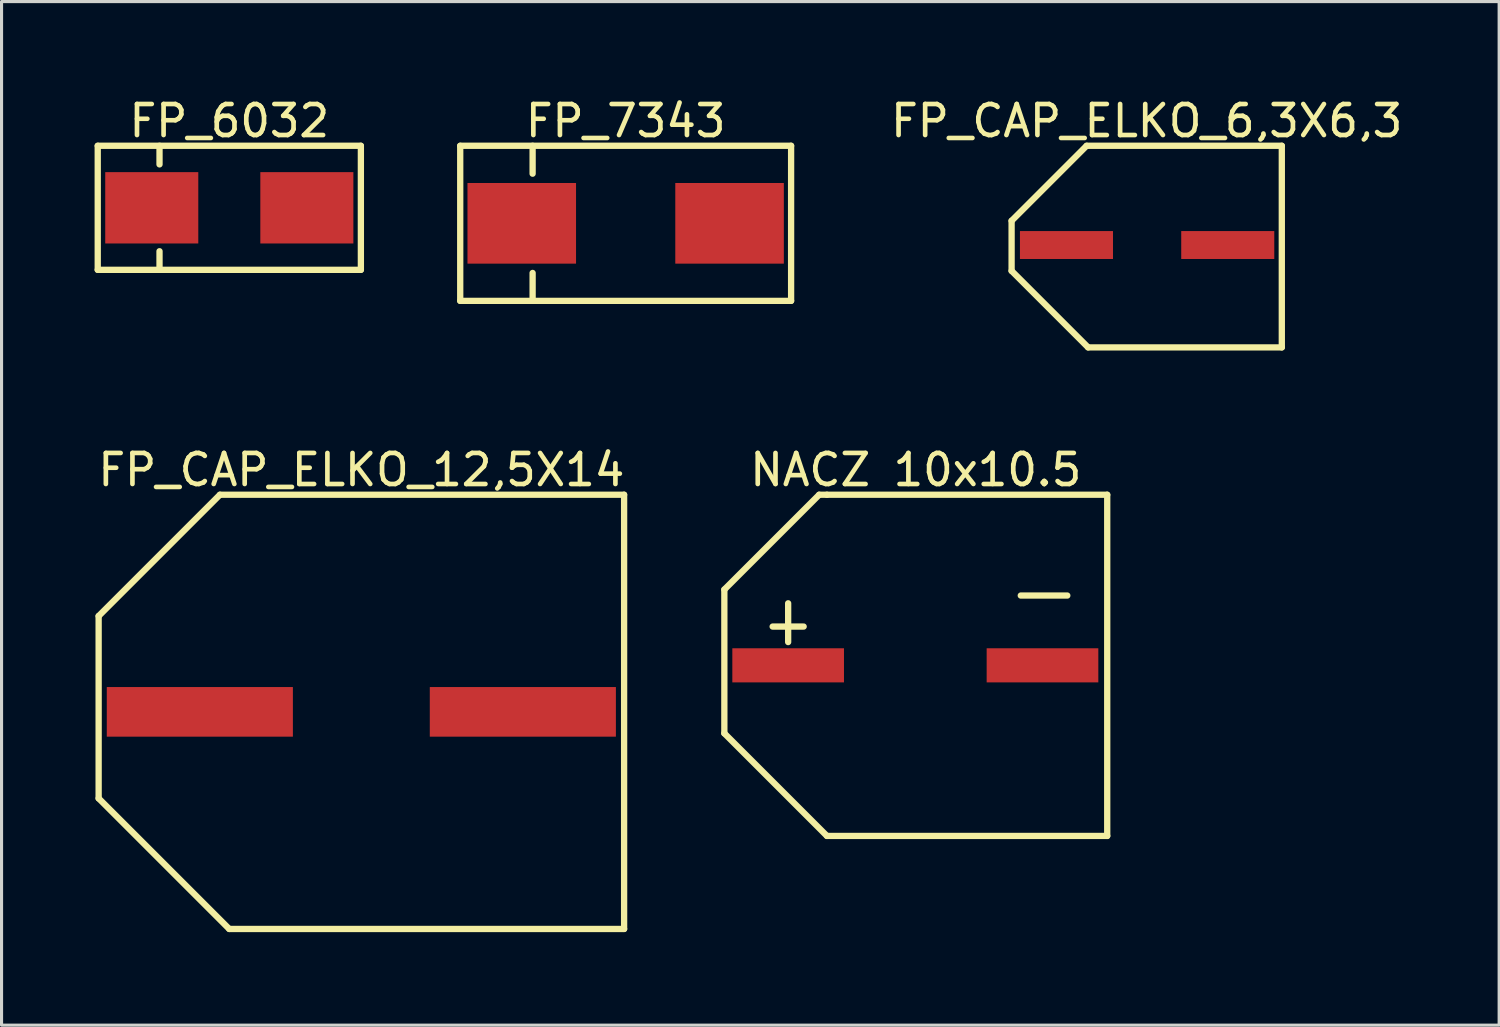
<source format=kicad_pcb>
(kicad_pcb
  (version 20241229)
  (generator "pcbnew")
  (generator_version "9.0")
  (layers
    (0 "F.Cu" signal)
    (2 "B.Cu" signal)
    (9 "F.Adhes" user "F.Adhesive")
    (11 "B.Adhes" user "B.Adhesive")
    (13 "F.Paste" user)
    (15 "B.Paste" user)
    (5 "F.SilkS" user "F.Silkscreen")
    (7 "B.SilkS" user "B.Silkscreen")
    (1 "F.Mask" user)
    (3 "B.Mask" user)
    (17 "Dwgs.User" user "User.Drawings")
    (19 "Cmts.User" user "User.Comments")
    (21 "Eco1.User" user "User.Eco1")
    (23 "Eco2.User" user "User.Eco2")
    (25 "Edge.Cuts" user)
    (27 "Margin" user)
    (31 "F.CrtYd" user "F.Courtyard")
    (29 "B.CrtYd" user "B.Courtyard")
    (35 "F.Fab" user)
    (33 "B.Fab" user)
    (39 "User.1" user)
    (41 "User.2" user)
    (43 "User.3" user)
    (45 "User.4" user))
  (footprint "FP_7343"
    (layer "F.Cu")
    (at 17.122 4.15)
    (property "Reference" "FP_7343" (at 0 -3.302 0) (layer "F.SilkS") (effects (font (size 1 1) (thickness 0.15))))
    (fp_line (start -5.334 -2.5) (end 5.334 -2.5) (stroke (width 0.203) (type solid)) (layer "F.SilkS"))
    (fp_line (start -5.334 2.5) (end -5.334 -2.5) (stroke (width 0.203) (type solid)) (layer "F.SilkS"))
    (fp_line (start -5.334 2.5) (end 5.334 2.5) (stroke (width 0.203) (type solid)) (layer "F.SilkS"))
    (fp_line (start -3 -1.6) (end -3 -2.5) (stroke (width 0.203) (type solid)) (layer "F.SilkS"))
    (fp_line (start -3 2.5) (end -3 1.6) (stroke (width 0.203) (type solid)) (layer "F.SilkS"))
    (fp_line (start 5.334 2.5) (end 5.334 -2.5) (stroke (width 0.203) (type solid)) (layer "F.SilkS"))
    (pad "N" smd rect (at 3.35 0) (size 3.5 2.6) (layers "F.Cu" "F.Mask" "F.Paste"))
    (pad "P" smd rect (at -3.35 0) (size 3.5 2.6) (layers "F.Cu" "F.Mask" "F.Paste")))
  (footprint "FP_CAP_ELKO_12,5X14"
    (layer "F.Cu")
    (at 8.741 19.901)
    (property "Reference" "FP_CAP_ELKO_12,5X14" (at -0.14 -7.802 0) (layer "F.SilkS") (effects (font (size 1 1) (thickness 0.15))))
    (fp_line (start -8.611 -3.089) (end -4.7 -7) (stroke (width 0.203) (type solid)) (layer "F.SilkS"))
    (fp_line (start -8.611 2.789) (end -8.611 -3.089) (stroke (width 0.203) (type solid)) (layer "F.SilkS"))
    (fp_line (start -8.611 2.789) (end -4.4 7) (stroke (width 0.203) (type solid)) (layer "F.SilkS"))
    (fp_line (start -4.7 -7) (end 8.331 -7) (stroke (width 0.203) (type solid)) (layer "F.SilkS"))
    (fp_line (start -4.4 7) (end 8.331 7) (stroke (width 0.203) (type solid)) (layer "F.SilkS"))
    (fp_line (start 8.331 7) (end 8.331 -7) (stroke (width 0.203) (type solid)) (layer "F.SilkS"))
    (pad "N" smd rect (at 5.066 0) (size 6 1.6) (layers "F.Cu" "F.Mask" "F.Paste"))
    (pad "P" smd rect (at -5.348 0) (size 6 1.6) (layers "F.Cu" "F.Mask" "F.Paste")))
  (footprint "FP_6032"
    (layer "F.Cu")
    (at 4.343 3.65)
    (property "Reference" "FP_6032" (at 0 -2.802 0) (layer "F.SilkS") (effects (font (size 1 1) (thickness 0.15))))
    (fp_line (start -4.242 -2) (end 4.242 -2) (stroke (width 0.203) (type solid)) (layer "F.SilkS"))
    (fp_line (start -4.242 2) (end -4.242 -2) (stroke (width 0.203) (type solid)) (layer "F.SilkS"))
    (fp_line (start -4.242 2) (end 4.242 2) (stroke (width 0.203) (type solid)) (layer "F.SilkS"))
    (fp_line (start -2.25 -1.4) (end -2.25 -2) (stroke (width 0.203) (type solid)) (layer "F.SilkS"))
    (fp_line (start -2.25 2) (end -2.25 1.4) (stroke (width 0.203) (type solid)) (layer "F.SilkS"))
    (fp_line (start 4.242 2) (end 4.242 -2) (stroke (width 0.203) (type solid)) (layer "F.SilkS"))
    (pad "N" smd rect (at 2.5 0) (size 3 2.3) (layers "F.Cu" "F.Mask" "F.Paste"))
    (pad "P" smd rect (at -2.5 0) (size 3 2.3) (layers "F.Cu" "F.Mask" "F.Paste")))
  (footprint "FP_CAP_ELKO_6,3X6,3"
    (layer "F.Cu")
    (at 33.934 4.85)
    (property "Reference" "FP_CAP_ELKO_6,3X6,3" (at -0.013 -4.002 0) (layer "F.SilkS") (effects (font (size 1 1) (thickness 0.15))))
    (fp_line (start -4.369 -0.781) (end -1.95 -3.2) (stroke (width 0.203) (type solid)) (layer "F.SilkS"))
    (fp_line (start -4.369 0.833) (end -4.369 -0.781) (stroke (width 0.203) (type solid)) (layer "F.SilkS"))
    (fp_line (start -4.369 0.833) (end -1.902 3.3) (stroke (width 0.203) (type solid)) (layer "F.SilkS"))
    (fp_line (start -1.95 -3.2) (end 4.343 -3.2) (stroke (width 0.203) (type solid)) (layer "F.SilkS"))
    (fp_line (start -1.902 3.3) (end 4.343 3.3) (stroke (width 0.203) (type solid)) (layer "F.SilkS"))
    (fp_line (start 4.343 3.3) (end 4.343 -3.2) (stroke (width 0.203) (type solid)) (layer "F.SilkS"))
    (pad "N" smd rect (at 2.6 0) (size 3 0.9) (layers "F.Cu" "F.Mask" "F.Paste"))
    (pad "P" smd rect (at -2.6 0) (size 3 0.9) (layers "F.Cu" "F.Mask" "F.Paste")))
  (footprint "NACZ 10x10.5"
    (layer "F.Cu")
    (at 22.361 18.401)
    (property "Reference" "NACZ 10x10.5" (at 4.115 -6.302 0) (layer "F.SilkS") (effects (font (size 1 1) (thickness 0.15))))
    (fp_line (start -2.057 -2.443) (end 1 -5.5) (stroke (width 0.203) (type solid)) (layer "F.SilkS"))
    (fp_line (start -2.057 2.193) (end -2.057 -2.443) (stroke (width 0.203) (type solid)) (layer "F.SilkS"))
    (fp_line (start -2.057 2.193) (end 1.25 5.5) (stroke (width 0.203) (type solid)) (layer "F.SilkS"))
    (fp_line (start -0.5 -1.25) (end 0.5 -1.25) (stroke (width 0.203) (type solid)) (layer "F.SilkS"))
    (fp_line (start 0 -0.75) (end 0 -2) (stroke (width 0.203) (type solid)) (layer "F.SilkS"))
    (fp_line (start 1 -5.5) (end 1.25 -5.5) (stroke (width 0.203) (type solid)) (layer "F.SilkS"))
    (fp_line (start 1.25 -5.5) (end 10.287 -5.5) (stroke (width 0.203) (type solid)) (layer "F.SilkS"))
    (fp_line (start 1.25 5.5) (end 10.287 5.5) (stroke (width 0.203) (type solid)) (layer "F.SilkS"))
    (fp_line (start 7.5 -2.25) (end 9 -2.25) (stroke (width 0.203) (type solid)) (layer "F.SilkS"))
    (fp_line (start 10.287 5.5) (end 10.287 -5.5) (stroke (width 0.203) (type solid)) (layer "F.SilkS"))
    (pad "N" smd rect (at 8.2 0) (size 3.6 1.1) (layers "F.Cu" "F.Mask" "F.Paste"))
    (pad "P" smd rect (at 0 0) (size 3.6 1.1) (layers "F.Cu" "F.Mask" "F.Paste")))
  (gr_rect
    (start -3 -3)
    (end 45.284 30.003)
    (stroke (width 0.1) (type default))
    (fill no)
    (layer "Edge.Cuts")))
</source>
